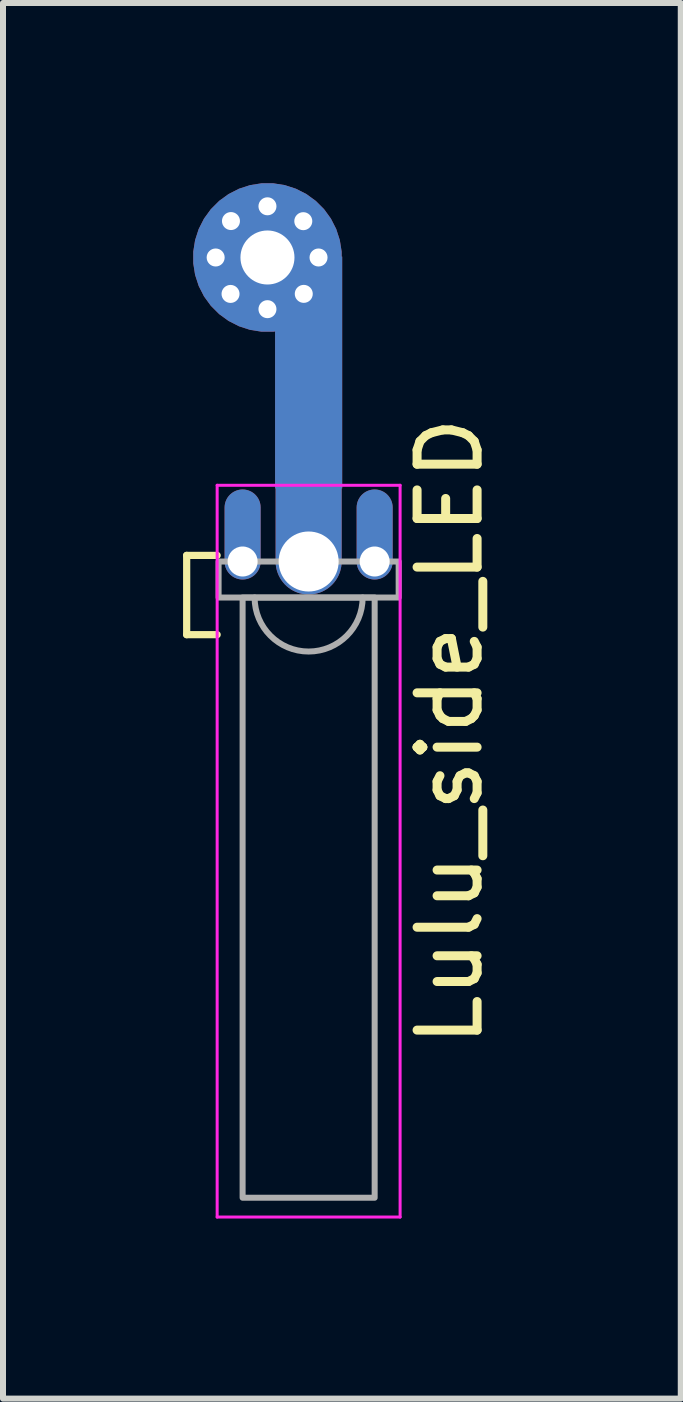
<source format=kicad_pcb>
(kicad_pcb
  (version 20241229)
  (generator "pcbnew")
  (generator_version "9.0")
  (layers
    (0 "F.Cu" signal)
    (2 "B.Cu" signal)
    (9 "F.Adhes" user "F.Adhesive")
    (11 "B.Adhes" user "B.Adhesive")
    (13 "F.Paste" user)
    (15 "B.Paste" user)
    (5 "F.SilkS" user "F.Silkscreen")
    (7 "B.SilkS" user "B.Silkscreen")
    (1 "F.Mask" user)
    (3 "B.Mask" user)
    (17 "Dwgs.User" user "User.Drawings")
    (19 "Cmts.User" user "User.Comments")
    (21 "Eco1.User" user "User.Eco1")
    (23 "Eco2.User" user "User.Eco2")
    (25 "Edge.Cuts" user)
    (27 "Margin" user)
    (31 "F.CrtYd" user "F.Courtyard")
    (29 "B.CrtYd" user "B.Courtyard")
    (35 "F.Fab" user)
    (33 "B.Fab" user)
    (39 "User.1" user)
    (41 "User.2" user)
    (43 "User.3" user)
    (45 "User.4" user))
  (footprint "Lulu_side_LED"
    (layer "F.Cu")
    (at 2.092 5.416)
    (property "Reference" "Lulu_side_LED" (at 2.352 3.72 90) (layer "F.SilkS") (effects (font (size 1 1) (thickness 0.15))))
    (attr smd)
    (fp_line (start -2.032 0.787) (end -1.524 0.787) (stroke (width 0.12) (type solid)) (layer "F.SilkS"))
    (fp_line (start -2.032 2.108) (end -2.032 0.787) (stroke (width 0.12) (type solid)) (layer "F.SilkS"))
    (fp_line (start -1.524 2.108) (end -2.032 2.108) (stroke (width 0.12) (type solid)) (layer "F.SilkS"))
    (fp_line (start -1.524 -0.381) (end 1.524 -0.381) (stroke (width 0.05) (type solid)) (layer "F.CrtYd"))
    (fp_line (start -1.524 11.811) (end -1.524 -0.381) (stroke (width 0.05) (type solid)) (layer "F.CrtYd"))
    (fp_line (start 1.524 -0.381) (end 1.524 11.811) (stroke (width 0.05) (type solid)) (layer "F.CrtYd"))
    (fp_line (start 1.524 11.811) (end -1.524 11.811) (stroke (width 0.05) (type solid)) (layer "F.CrtYd"))
    (fp_arc (start 0.9 1.489) (mid 0 2.389) (end -0.9 1.489) (stroke (width 0.1) (type solid)) (layer "F.Fab"))
    (fp_poly (pts (xy -1.5 0.889) (xy 1.5 0.889) (xy 1.5 1.489) (xy -1.5 1.489)) (stroke (width 0.1) (type solid)) (fill no) (layer "F.Fab"))
    (fp_poly (pts (xy -1.1 1.489) (xy 1.1 1.489) (xy 1.1 11.489) (xy -1.1 11.489)) (stroke (width 0.1) (type solid)) (fill no) (layer "F.Fab"))
    (pad "" smd custom (at -0.686 -4.176) (size 2.48 2.48) (layers "F.Cu" "F.Mask") (options (anchor circle)) (primitives (gr_poly (pts (xy 1.245 3.846) (xy 1.245 -0.015) (xy 0.127 -0.015) (xy 0.127 3.846)) (width 0) (fill yes))))
    (pad "" smd custom (at -0.686 -4.176) (size 2.48 2.48) (layers "B.Cu" "B.Mask") (options (anchor circle)) (primitives (gr_poly (pts (xy 1.245 3.846) (xy 1.245 -0.015) (xy 0.127 -0.015) (xy 0.127 3.846)) (width 0) (fill yes))))
    (pad "1" thru_hole oval (at -1.1 0.889) (size 0.6 1.5) (drill 0.5 (offset 0 -0.45)) (layers "*.Cu" "*.Mask"))
    (pad "2" thru_hole oval (at 1.1 0.889) (size 0.6 1.5) (drill 0.5 (offset 0 -0.45)) (layers "*.Cu" "*.Mask"))
    (pad "3" thru_hole circle (at -1.549 -4.176) (size 0.4 0.4) (drill 0.3) (layers "*.Cu"))
    (pad "3" thru_hole circle (at -1.301 -3.569 45) (size 0.4 0.4) (drill 0.3) (layers "*.Cu"))
    (pad "3" thru_hole circle (at -1.294 -4.783 45) (size 0.4 0.4) (drill 0.3) (layers "*.Cu"))
    (pad "3" thru_hole circle (at -0.686 -4.176 90) (size 1 1) (drill 0.9) (layers "*.Cu"))
    (pad "3" thru_hole circle (at -0.686 -5.029) (size 0.4 0.4) (drill 0.3) (layers "*.Cu"))
    (pad "3" thru_hole circle (at -0.686 -3.315) (size 0.4 0.4) (drill 0.3) (layers "*.Cu"))
    (pad "3" thru_hole circle (at -0.089 -4.781 45) (size 0.4 0.4) (drill 0.3) (layers "*.Cu"))
    (pad "3" thru_hole circle (at -0.081 -3.57 45) (size 0.4 0.4) (drill 0.3) (layers "*.Cu"))
    (pad "3" thru_hole oval (at 0 0.889) (size 1.1 2.3) (drill 1 (offset 0 -0.6)) (layers "*.Cu" "*.Mask"))
    (pad "3" thru_hole circle (at 0.165 -4.176) (size 0.4 0.4) (drill 0.3) (layers "*.Cu")))
  (gr_rect
    (start -3 -3)
    (end 8.292 20.252)
    (stroke (width 0.1) (type default))
    (fill no)
    (layer "Edge.Cuts")))
</source>
